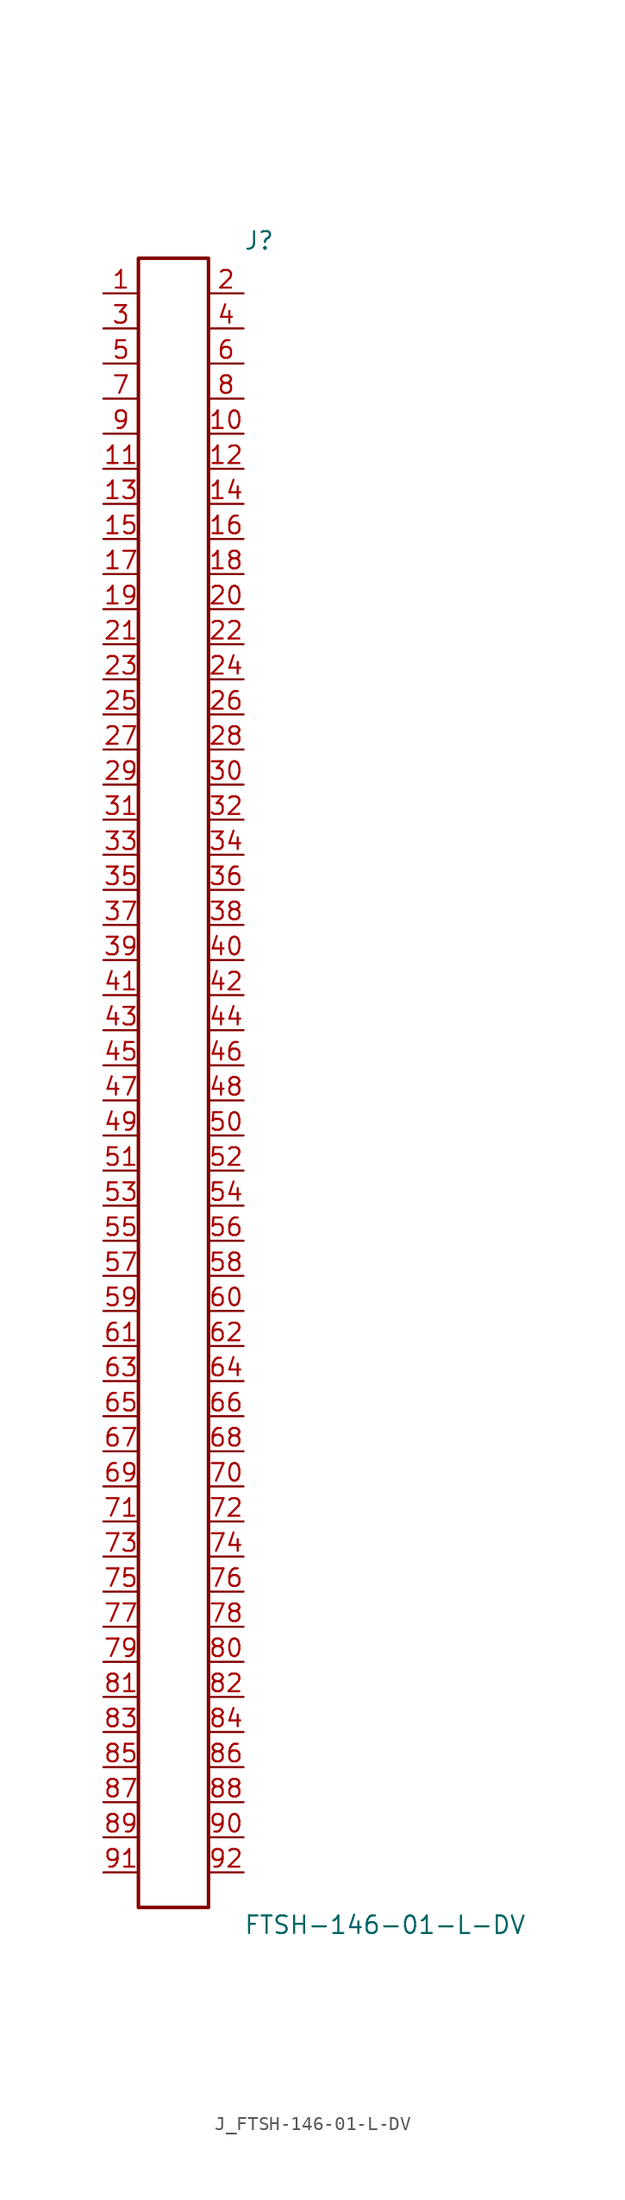
<source format=kicad_sym>
(kicad_symbol_lib
  (version 20231120)
  (generator kicad_symbol_editor)
  (generator_version 8.0)
  (symbol "J_FTSH-146-01-L-DV"
    (pin_names
      (offset 0.254))
    (property "Reference" "J"
      (at 5.08 60.96 0)
      (effects (font (size 1.27 1.27)) (justify left)))
    (property "Value" "FTSH-146-01-L-DV"
      (at 5.08 -60.96 0)
      (effects (font (size 1.27 1.27)) (justify left)))
    (symbol "J_FTSH-146-01-L-DV_0_0"
      (pin passive line (at -5.08 57.15 0) (length 2.54) (name "" (effects (font (size 1.27 1.27)))) (number "1" (effects (font (size 1.27 1.27)))))
      (pin passive line (at 5.08 57.15 180) (length 2.54) (name "" (effects (font (size 1.27 1.27)))) (number "2" (effects (font (size 1.27 1.27)))))
      (pin passive line (at -5.08 54.61 0) (length 2.54) (name "" (effects (font (size 1.27 1.27)))) (number "3" (effects (font (size 1.27 1.27)))))
      (pin passive line (at 5.08 54.61 180) (length 2.54) (name "" (effects (font (size 1.27 1.27)))) (number "4" (effects (font (size 1.27 1.27)))))
      (pin passive line (at -5.08 52.07 0) (length 2.54) (name "" (effects (font (size 1.27 1.27)))) (number "5" (effects (font (size 1.27 1.27)))))
      (pin passive line (at 5.08 52.07 180) (length 2.54) (name "" (effects (font (size 1.27 1.27)))) (number "6" (effects (font (size 1.27 1.27)))))
      (pin passive line (at -5.08 49.53 0) (length 2.54) (name "" (effects (font (size 1.27 1.27)))) (number "7" (effects (font (size 1.27 1.27)))))
      (pin passive line (at 5.08 49.53 180) (length 2.54) (name "" (effects (font (size 1.27 1.27)))) (number "8" (effects (font (size 1.27 1.27)))))
      (pin passive line (at -5.08 46.99 0) (length 2.54) (name "" (effects (font (size 1.27 1.27)))) (number "9" (effects (font (size 1.27 1.27)))))
      (pin passive line (at 5.08 46.99 180) (length 2.54) (name "" (effects (font (size 1.27 1.27)))) (number "10" (effects (font (size 1.27 1.27)))))
      (pin passive line (at -5.08 44.45 0) (length 2.54) (name "" (effects (font (size 1.27 1.27)))) (number "11" (effects (font (size 1.27 1.27)))))
      (pin passive line (at 5.08 44.45 180) (length 2.54) (name "" (effects (font (size 1.27 1.27)))) (number "12" (effects (font (size 1.27 1.27)))))
      (pin passive line (at -5.08 41.91 0) (length 2.54) (name "" (effects (font (size 1.27 1.27)))) (number "13" (effects (font (size 1.27 1.27)))))
      (pin passive line (at 5.08 41.91 180) (length 2.54) (name "" (effects (font (size 1.27 1.27)))) (number "14" (effects (font (size 1.27 1.27)))))
      (pin passive line (at -5.08 39.37 0) (length 2.54) (name "" (effects (font (size 1.27 1.27)))) (number "15" (effects (font (size 1.27 1.27)))))
      (pin passive line (at 5.08 39.37 180) (length 2.54) (name "" (effects (font (size 1.27 1.27)))) (number "16" (effects (font (size 1.27 1.27)))))
      (pin passive line (at -5.08 36.83 0) (length 2.54) (name "" (effects (font (size 1.27 1.27)))) (number "17" (effects (font (size 1.27 1.27)))))
      (pin passive line (at 5.08 36.83 180) (length 2.54) (name "" (effects (font (size 1.27 1.27)))) (number "18" (effects (font (size 1.27 1.27)))))
      (pin passive line (at -5.08 34.29 0) (length 2.54) (name "" (effects (font (size 1.27 1.27)))) (number "19" (effects (font (size 1.27 1.27)))))
      (pin passive line (at 5.08 34.29 180) (length 2.54) (name "" (effects (font (size 1.27 1.27)))) (number "20" (effects (font (size 1.27 1.27)))))
      (pin passive line (at -5.08 31.75 0) (length 2.54) (name "" (effects (font (size 1.27 1.27)))) (number "21" (effects (font (size 1.27 1.27)))))
      (pin passive line (at 5.08 31.75 180) (length 2.54) (name "" (effects (font (size 1.27 1.27)))) (number "22" (effects (font (size 1.27 1.27)))))
      (pin passive line (at -5.08 29.21 0) (length 2.54) (name "" (effects (font (size 1.27 1.27)))) (number "23" (effects (font (size 1.27 1.27)))))
      (pin passive line (at 5.08 29.21 180) (length 2.54) (name "" (effects (font (size 1.27 1.27)))) (number "24" (effects (font (size 1.27 1.27)))))
      (pin passive line (at -5.08 26.67 0) (length 2.54) (name "" (effects (font (size 1.27 1.27)))) (number "25" (effects (font (size 1.27 1.27)))))
      (pin passive line (at 5.08 26.67 180) (length 2.54) (name "" (effects (font (size 1.27 1.27)))) (number "26" (effects (font (size 1.27 1.27)))))
      (pin passive line (at -5.08 24.13 0) (length 2.54) (name "" (effects (font (size 1.27 1.27)))) (number "27" (effects (font (size 1.27 1.27)))))
      (pin passive line (at 5.08 24.13 180) (length 2.54) (name "" (effects (font (size 1.27 1.27)))) (number "28" (effects (font (size 1.27 1.27)))))
      (pin passive line (at -5.08 21.59 0) (length 2.54) (name "" (effects (font (size 1.27 1.27)))) (number "29" (effects (font (size 1.27 1.27)))))
      (pin passive line (at 5.08 21.59 180) (length 2.54) (name "" (effects (font (size 1.27 1.27)))) (number "30" (effects (font (size 1.27 1.27)))))
      (pin passive line (at -5.08 19.05 0) (length 2.54) (name "" (effects (font (size 1.27 1.27)))) (number "31" (effects (font (size 1.27 1.27)))))
      (pin passive line (at 5.08 19.05 180) (length 2.54) (name "" (effects (font (size 1.27 1.27)))) (number "32" (effects (font (size 1.27 1.27)))))
      (pin passive line (at -5.08 16.51 0) (length 2.54) (name "" (effects (font (size 1.27 1.27)))) (number "33" (effects (font (size 1.27 1.27)))))
      (pin passive line (at 5.08 16.51 180) (length 2.54) (name "" (effects (font (size 1.27 1.27)))) (number "34" (effects (font (size 1.27 1.27)))))
      (pin passive line (at -5.08 13.97 0) (length 2.54) (name "" (effects (font (size 1.27 1.27)))) (number "35" (effects (font (size 1.27 1.27)))))
      (pin passive line (at 5.08 13.97 180) (length 2.54) (name "" (effects (font (size 1.27 1.27)))) (number "36" (effects (font (size 1.27 1.27)))))
      (pin passive line (at -5.08 11.43 0) (length 2.54) (name "" (effects (font (size 1.27 1.27)))) (number "37" (effects (font (size 1.27 1.27)))))
      (pin passive line (at 5.08 11.43 180) (length 2.54) (name "" (effects (font (size 1.27 1.27)))) (number "38" (effects (font (size 1.27 1.27)))))
      (pin passive line (at -5.08 8.89 0) (length 2.54) (name "" (effects (font (size 1.27 1.27)))) (number "39" (effects (font (size 1.27 1.27)))))
      (pin passive line (at 5.08 8.89 180) (length 2.54) (name "" (effects (font (size 1.27 1.27)))) (number "40" (effects (font (size 1.27 1.27)))))
      (pin passive line (at -5.08 6.35 0) (length 2.54) (name "" (effects (font (size 1.27 1.27)))) (number "41" (effects (font (size 1.27 1.27)))))
      (pin passive line (at 5.08 6.35 180) (length 2.54) (name "" (effects (font (size 1.27 1.27)))) (number "42" (effects (font (size 1.27 1.27)))))
      (pin passive line (at -5.08 3.81 0) (length 2.54) (name "" (effects (font (size 1.27 1.27)))) (number "43" (effects (font (size 1.27 1.27)))))
      (pin passive line (at 5.08 3.81 180) (length 2.54) (name "" (effects (font (size 1.27 1.27)))) (number "44" (effects (font (size 1.27 1.27)))))
      (pin passive line (at -5.08 1.27 0) (length 2.54) (name "" (effects (font (size 1.27 1.27)))) (number "45" (effects (font (size 1.27 1.27)))))
      (pin passive line (at 5.08 1.27 180) (length 2.54) (name "" (effects (font (size 1.27 1.27)))) (number "46" (effects (font (size 1.27 1.27)))))
      (pin passive line (at -5.08 -1.27 0) (length 2.54) (name "" (effects (font (size 1.27 1.27)))) (number "47" (effects (font (size 1.27 1.27)))))
      (pin passive line (at 5.08 -1.27 180) (length 2.54) (name "" (effects (font (size 1.27 1.27)))) (number "48" (effects (font (size 1.27 1.27)))))
      (pin passive line (at -5.08 -3.81 0) (length 2.54) (name "" (effects (font (size 1.27 1.27)))) (number "49" (effects (font (size 1.27 1.27)))))
      (pin passive line (at 5.08 -3.81 180) (length 2.54) (name "" (effects (font (size 1.27 1.27)))) (number "50" (effects (font (size 1.27 1.27)))))
      (pin passive line (at -5.08 -6.35 0) (length 2.54) (name "" (effects (font (size 1.27 1.27)))) (number "51" (effects (font (size 1.27 1.27)))))
      (pin passive line (at 5.08 -6.35 180) (length 2.54) (name "" (effects (font (size 1.27 1.27)))) (number "52" (effects (font (size 1.27 1.27)))))
      (pin passive line (at -5.08 -8.89 0) (length 2.54) (name "" (effects (font (size 1.27 1.27)))) (number "53" (effects (font (size 1.27 1.27)))))
      (pin passive line (at 5.08 -8.89 180) (length 2.54) (name "" (effects (font (size 1.27 1.27)))) (number "54" (effects (font (size 1.27 1.27)))))
      (pin passive line (at -5.08 -11.43 0) (length 2.54) (name "" (effects (font (size 1.27 1.27)))) (number "55" (effects (font (size 1.27 1.27)))))
      (pin passive line (at 5.08 -11.43 180) (length 2.54) (name "" (effects (font (size 1.27 1.27)))) (number "56" (effects (font (size 1.27 1.27)))))
      (pin passive line (at -5.08 -13.97 0) (length 2.54) (name "" (effects (font (size 1.27 1.27)))) (number "57" (effects (font (size 1.27 1.27)))))
      (pin passive line (at 5.08 -13.97 180) (length 2.54) (name "" (effects (font (size 1.27 1.27)))) (number "58" (effects (font (size 1.27 1.27)))))
      (pin passive line (at -5.08 -16.51 0) (length 2.54) (name "" (effects (font (size 1.27 1.27)))) (number "59" (effects (font (size 1.27 1.27)))))
      (pin passive line (at 5.08 -16.51 180) (length 2.54) (name "" (effects (font (size 1.27 1.27)))) (number "60" (effects (font (size 1.27 1.27)))))
      (pin passive line (at -5.08 -19.05 0) (length 2.54) (name "" (effects (font (size 1.27 1.27)))) (number "61" (effects (font (size 1.27 1.27)))))
      (pin passive line (at 5.08 -19.05 180) (length 2.54) (name "" (effects (font (size 1.27 1.27)))) (number "62" (effects (font (size 1.27 1.27)))))
      (pin passive line (at -5.08 -21.59 0) (length 2.54) (name "" (effects (font (size 1.27 1.27)))) (number "63" (effects (font (size 1.27 1.27)))))
      (pin passive line (at 5.08 -21.59 180) (length 2.54) (name "" (effects (font (size 1.27 1.27)))) (number "64" (effects (font (size 1.27 1.27)))))
      (pin passive line (at -5.08 -24.13 0) (length 2.54) (name "" (effects (font (size 1.27 1.27)))) (number "65" (effects (font (size 1.27 1.27)))))
      (pin passive line (at 5.08 -24.13 180) (length 2.54) (name "" (effects (font (size 1.27 1.27)))) (number "66" (effects (font (size 1.27 1.27)))))
      (pin passive line (at -5.08 -26.67 0) (length 2.54) (name "" (effects (font (size 1.27 1.27)))) (number "67" (effects (font (size 1.27 1.27)))))
      (pin passive line (at 5.08 -26.67 180) (length 2.54) (name "" (effects (font (size 1.27 1.27)))) (number "68" (effects (font (size 1.27 1.27)))))
      (pin passive line (at -5.08 -29.21 0) (length 2.54) (name "" (effects (font (size 1.27 1.27)))) (number "69" (effects (font (size 1.27 1.27)))))
      (pin passive line (at 5.08 -29.21 180) (length 2.54) (name "" (effects (font (size 1.27 1.27)))) (number "70" (effects (font (size 1.27 1.27)))))
      (pin passive line (at -5.08 -31.75 0) (length 2.54) (name "" (effects (font (size 1.27 1.27)))) (number "71" (effects (font (size 1.27 1.27)))))
      (pin passive line (at 5.08 -31.75 180) (length 2.54) (name "" (effects (font (size 1.27 1.27)))) (number "72" (effects (font (size 1.27 1.27)))))
      (pin passive line (at -5.08 -34.29 0) (length 2.54) (name "" (effects (font (size 1.27 1.27)))) (number "73" (effects (font (size 1.27 1.27)))))
      (pin passive line (at 5.08 -34.29 180) (length 2.54) (name "" (effects (font (size 1.27 1.27)))) (number "74" (effects (font (size 1.27 1.27)))))
      (pin passive line (at -5.08 -36.83 0) (length 2.54) (name "" (effects (font (size 1.27 1.27)))) (number "75" (effects (font (size 1.27 1.27)))))
      (pin passive line (at 5.08 -36.83 180) (length 2.54) (name "" (effects (font (size 1.27 1.27)))) (number "76" (effects (font (size 1.27 1.27)))))
      (pin passive line (at -5.08 -39.37 0) (length 2.54) (name "" (effects (font (size 1.27 1.27)))) (number "77" (effects (font (size 1.27 1.27)))))
      (pin passive line (at 5.08 -39.37 180) (length 2.54) (name "" (effects (font (size 1.27 1.27)))) (number "78" (effects (font (size 1.27 1.27)))))
      (pin passive line (at -5.08 -41.91 0) (length 2.54) (name "" (effects (font (size 1.27 1.27)))) (number "79" (effects (font (size 1.27 1.27)))))
      (pin passive line (at 5.08 -41.91 180) (length 2.54) (name "" (effects (font (size 1.27 1.27)))) (number "80" (effects (font (size 1.27 1.27)))))
      (pin passive line (at -5.08 -44.45 0) (length 2.54) (name "" (effects (font (size 1.27 1.27)))) (number "81" (effects (font (size 1.27 1.27)))))
      (pin passive line (at 5.08 -44.45 180) (length 2.54) (name "" (effects (font (size 1.27 1.27)))) (number "82" (effects (font (size 1.27 1.27)))))
      (pin passive line (at -5.08 -46.99 0) (length 2.54) (name "" (effects (font (size 1.27 1.27)))) (number "83" (effects (font (size 1.27 1.27)))))
      (pin passive line (at 5.08 -46.99 180) (length 2.54) (name "" (effects (font (size 1.27 1.27)))) (number "84" (effects (font (size 1.27 1.27)))))
      (pin passive line (at -5.08 -49.53 0) (length 2.54) (name "" (effects (font (size 1.27 1.27)))) (number "85" (effects (font (size 1.27 1.27)))))
      (pin passive line (at 5.08 -49.53 180) (length 2.54) (name "" (effects (font (size 1.27 1.27)))) (number "86" (effects (font (size 1.27 1.27)))))
      (pin passive line (at -5.08 -52.07 0) (length 2.54) (name "" (effects (font (size 1.27 1.27)))) (number "87" (effects (font (size 1.27 1.27)))))
      (pin passive line (at 5.08 -52.07 180) (length 2.54) (name "" (effects (font (size 1.27 1.27)))) (number "88" (effects (font (size 1.27 1.27)))))
      (pin passive line (at -5.08 -54.61 0) (length 2.54) (name "" (effects (font (size 1.27 1.27)))) (number "89" (effects (font (size 1.27 1.27)))))
      (pin passive line (at 5.08 -54.61 180) (length 2.54) (name "" (effects (font (size 1.27 1.27)))) (number "90" (effects (font (size 1.27 1.27)))))
      (pin passive line (at -5.08 -57.15 0) (length 2.54) (name "" (effects (font (size 1.27 1.27)))) (number "91" (effects (font (size 1.27 1.27)))))
      (pin passive line (at 5.08 -57.15 180) (length 2.54) (name "" (effects (font (size 1.27 1.27)))) (number "92" (effects (font (size 1.27 1.27))))))
    (symbol "J_FTSH-146-01-L-DV_1_0"
      (rectangle (start -2.54 59.69) (end 2.54 -59.69) (stroke (width 0.254) (type solid)) (fill (type none))))))
</source>
